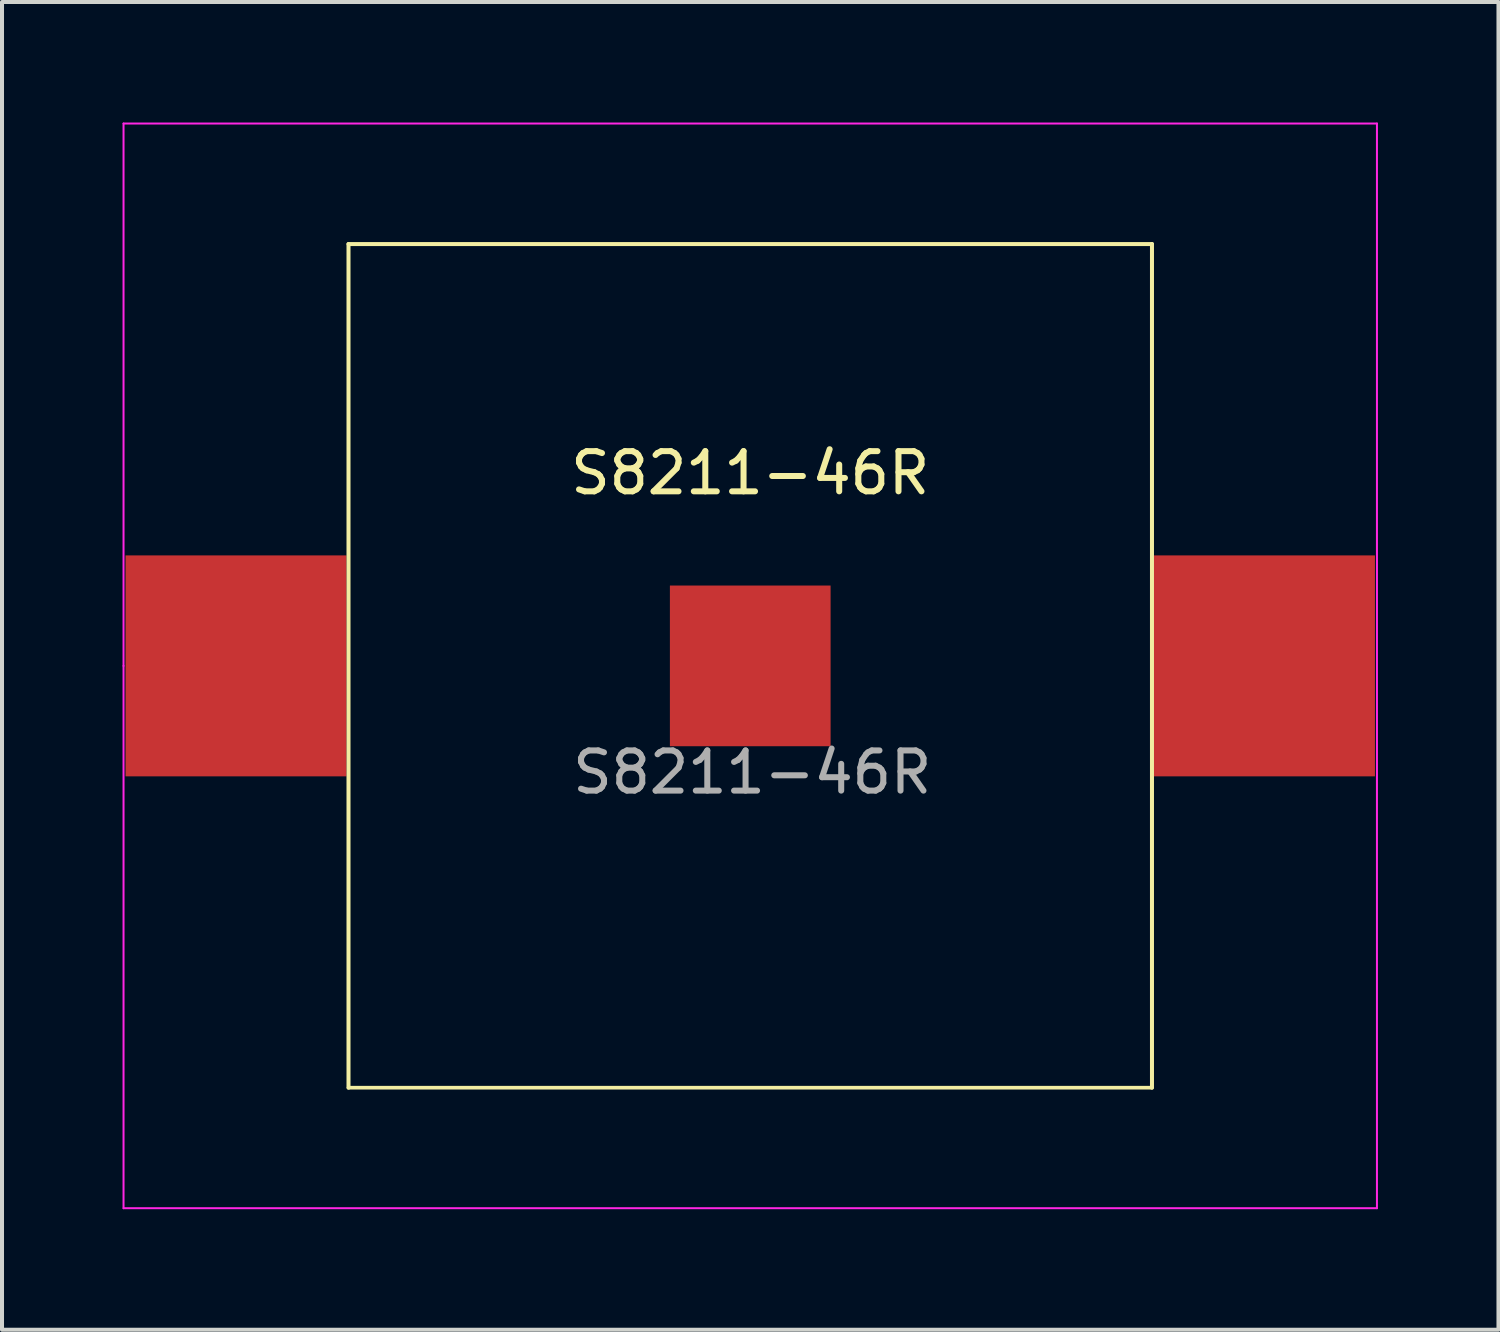
<source format=kicad_pcb>
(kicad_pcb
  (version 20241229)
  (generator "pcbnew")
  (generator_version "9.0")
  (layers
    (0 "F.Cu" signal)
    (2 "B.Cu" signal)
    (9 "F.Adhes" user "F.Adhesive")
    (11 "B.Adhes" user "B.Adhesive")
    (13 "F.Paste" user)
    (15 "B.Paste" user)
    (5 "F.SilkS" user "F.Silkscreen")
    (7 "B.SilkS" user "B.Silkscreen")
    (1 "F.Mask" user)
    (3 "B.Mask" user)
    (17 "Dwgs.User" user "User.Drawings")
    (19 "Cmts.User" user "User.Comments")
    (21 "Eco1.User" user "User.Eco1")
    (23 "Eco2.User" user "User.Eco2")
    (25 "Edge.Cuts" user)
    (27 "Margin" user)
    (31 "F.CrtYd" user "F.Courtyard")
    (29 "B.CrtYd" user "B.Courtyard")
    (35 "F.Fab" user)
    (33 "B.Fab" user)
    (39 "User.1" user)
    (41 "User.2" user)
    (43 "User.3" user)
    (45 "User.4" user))
  (footprint "S8211-46R"
    (layer "F.Cu")
    (at 15.625 13.525)
    (property "Reference" "S8211-46R" (at 0 -4.8 0) (unlocked yes) (layer "F.SilkS") (effects (font (size 1 1) (thickness 0.15))))
    (attr smd)
    (fp_line (start -10 -10.5) (end 10 -10.5) (stroke (width 0.1) (type solid)) (layer "F.SilkS"))
    (fp_line (start -10 10.5) (end -10 -10.5) (stroke (width 0.1) (type solid)) (layer "F.SilkS"))
    (fp_line (start 10 -10.5) (end 10 10.5) (stroke (width 0.1) (type solid)) (layer "F.SilkS"))
    (fp_line (start 10 10.5) (end -10 10.5) (stroke (width 0.09) (type solid)) (layer "F.SilkS"))
    (fp_line (start -15.6 0) (end -15.6 -13.5) (stroke (width 0.05) (type solid)) (layer "F.CrtYd"))
    (fp_line (start -15.6 0) (end -15.6 13.5) (stroke (width 0.05) (type solid)) (layer "F.CrtYd"))
    (fp_line (start -15.6 13.5) (end 15.6 13.5) (stroke (width 0.05) (type solid)) (layer "F.CrtYd"))
    (fp_line (start 15.6 -13.5) (end -15.6 -13.5) (stroke (width 0.05) (type solid)) (layer "F.CrtYd"))
    (fp_line (start 15.6 13.5) (end 15.6 -13.5) (stroke (width 0.05) (type solid)) (layer "F.CrtYd"))
    (fp_text user "${REFERENCE}" (at 0.05 2.65 0) (unlocked yes) (layer "F.Fab") (effects (font (size 1 1) (thickness 0.15))))
    (pad "1" smd rect (at -12.8 0) (size 5.5 5.5) (layers "F.Cu" "F.Mask" "F.Paste"))
    (pad "1" smd rect (at 12.8 0) (size 5.5 5.5) (layers "F.Cu" "F.Mask" "F.Paste"))
    (pad "2" smd rect (at 0 0) (size 4 4) (layers "F.Cu" "F.Mask" "F.Paste")))
  (gr_rect
    (start -3 -3)
    (end 34.25 30.05)
    (stroke (width 0.1) (type default))
    (fill no)
    (layer "Edge.Cuts")))
</source>
